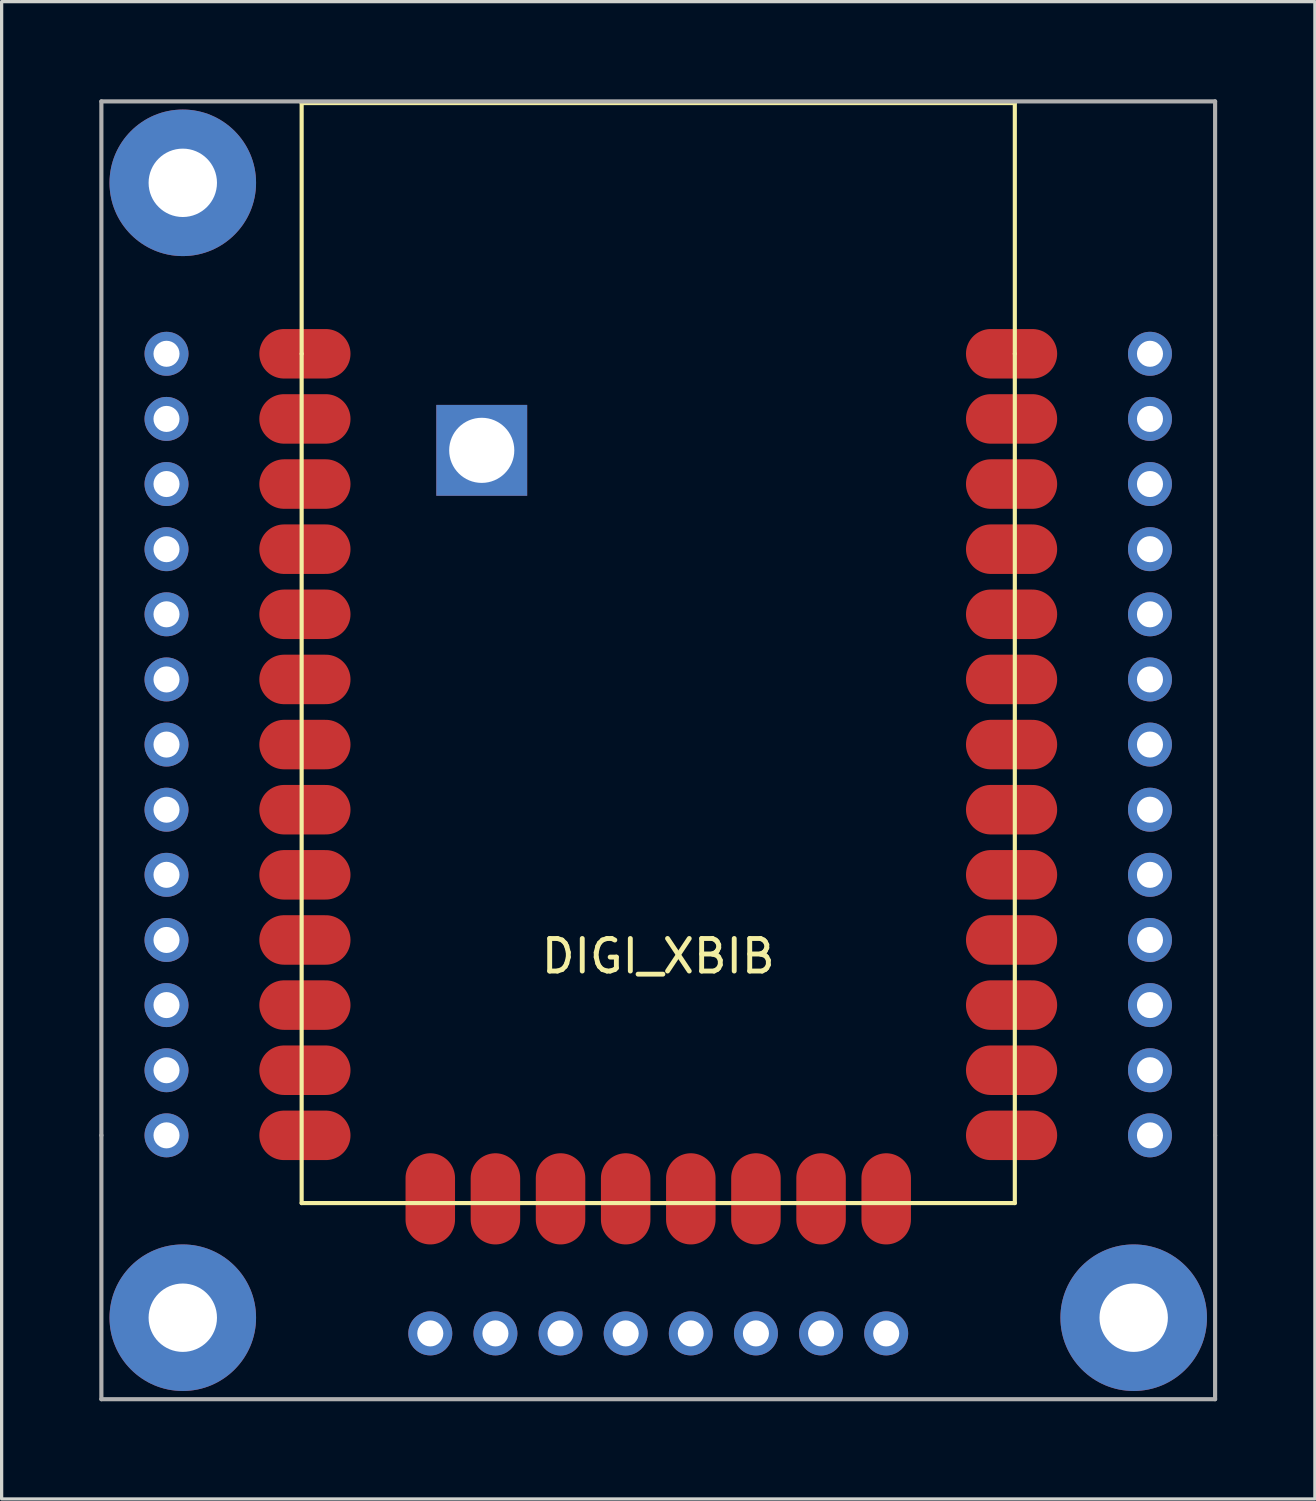
<source format=kicad_pcb>
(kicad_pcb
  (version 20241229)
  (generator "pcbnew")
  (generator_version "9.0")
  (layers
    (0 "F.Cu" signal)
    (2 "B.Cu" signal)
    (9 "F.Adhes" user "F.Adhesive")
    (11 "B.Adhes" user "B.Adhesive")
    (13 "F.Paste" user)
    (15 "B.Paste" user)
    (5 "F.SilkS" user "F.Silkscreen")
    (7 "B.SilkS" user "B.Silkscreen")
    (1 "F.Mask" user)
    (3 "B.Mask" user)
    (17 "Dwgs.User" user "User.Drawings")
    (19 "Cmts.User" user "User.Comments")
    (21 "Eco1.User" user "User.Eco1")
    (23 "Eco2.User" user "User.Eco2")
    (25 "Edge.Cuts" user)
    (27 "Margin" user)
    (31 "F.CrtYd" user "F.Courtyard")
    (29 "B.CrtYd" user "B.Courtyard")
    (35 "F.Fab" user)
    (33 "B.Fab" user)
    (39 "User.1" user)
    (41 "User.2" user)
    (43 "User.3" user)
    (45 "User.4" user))
  (footprint "DIGI_XBIB"
    (layer "F.Cu")
    (at 17.163 31.814)
    (property "Reference" "DIGI_XBIB" (at 0 -5.5 0) (layer "F.SilkS") (effects (font (size 1 1) (thickness 0.15))))
    (attr through_hole)
    (fp_line (start -10.95 -31.7) (end 10.95 -31.7) (stroke (width 0.127) (type solid)) (layer "F.SilkS"))
    (fp_line (start -10.95 -24) (end -10.95 -31.7) (stroke (width 0.127) (type solid)) (layer "F.SilkS"))
    (fp_line (start -10.95 -24) (end -10.95 2.08) (stroke (width 0.127) (type solid)) (layer "F.SilkS"))
    (fp_line (start -10.95 2.08) (end 10.95 2.08) (stroke (width 0.127) (type solid)) (layer "F.SilkS"))
    (fp_line (start 10.95 -31.7) (end 10.95 -24) (stroke (width 0.127) (type solid)) (layer "F.SilkS"))
    (fp_line (start 10.95 2.08) (end 10.95 -24) (stroke (width 0.127) (type solid)) (layer "F.SilkS"))
    (fp_line (start -17.1 -31.75) (end -17.1 0) (stroke (width 0.127) (type solid)) (layer "F.Fab"))
    (fp_line (start -17.1 8.102) (end -17.1 0) (stroke (width 0.127) (type solid)) (layer "F.Fab"))
    (fp_line (start 17.1 -31.75) (end -17.1 -31.75) (stroke (width 0.127) (type solid)) (layer "F.Fab"))
    (fp_line (start 17.1 0) (end 17.1 -31.75) (stroke (width 0.127) (type solid)) (layer "F.Fab"))
    (fp_line (start 17.1 0) (end 17.1 8.102) (stroke (width 0.127) (type solid)) (layer "F.Fab"))
    (fp_line (start 17.1 8.102) (end -17.1 8.102) (stroke (width 0.127) (type solid)) (layer "F.Fab"))
    (pad "1" thru_hole circle (at -15.1 -24) (size 1.35 1.35) (drill 0.8) (layers "*.Cu" "*.Mask"))
    (pad "1" smd oval (at -10.85 -24) (size 2.8 1.52) (layers "F.Cu" "F.Mask" "F.Paste"))
    (pad "2" thru_hole circle (at -15.1 -22) (size 1.35 1.35) (drill 0.8) (layers "*.Cu" "*.Mask"))
    (pad "2" smd oval (at -10.85 -22) (size 2.8 1.52) (layers "F.Cu" "F.Mask" "F.Paste"))
    (pad "3" thru_hole circle (at -15.1 -20) (size 1.35 1.35) (drill 0.8) (layers "*.Cu" "*.Mask"))
    (pad "3" smd oval (at -10.85 -20) (size 2.8 1.52) (layers "F.Cu" "F.Mask" "F.Paste"))
    (pad "4" thru_hole circle (at -15.1 -18) (size 1.35 1.35) (drill 0.8) (layers "*.Cu" "*.Mask"))
    (pad "4" smd oval (at -10.85 -18) (size 2.8 1.52) (layers "F.Cu" "F.Mask" "F.Paste"))
    (pad "5" thru_hole circle (at -15.1 -16) (size 1.35 1.35) (drill 0.8) (layers "*.Cu" "*.Mask"))
    (pad "5" smd oval (at -10.85 -16) (size 2.8 1.52) (layers "F.Cu" "F.Mask" "F.Paste"))
    (pad "6" thru_hole circle (at -15.1 -14) (size 1.35 1.35) (drill 0.8) (layers "*.Cu" "*.Mask"))
    (pad "6" smd oval (at -10.85 -14) (size 2.8 1.52) (layers "F.Cu" "F.Mask" "F.Paste"))
    (pad "7" thru_hole circle (at -15.1 -12) (size 1.35 1.35) (drill 0.8) (layers "*.Cu" "*.Mask"))
    (pad "7" smd oval (at -10.85 -12) (size 2.8 1.52) (layers "F.Cu" "F.Mask" "F.Paste"))
    (pad "8" thru_hole circle (at -15.1 -10) (size 1.35 1.35) (drill 0.8) (layers "*.Cu" "*.Mask"))
    (pad "8" smd oval (at -10.85 -10) (size 2.8 1.52) (layers "F.Cu" "F.Mask" "F.Paste"))
    (pad "9" thru_hole circle (at -15.1 -8) (size 1.35 1.35) (drill 0.8) (layers "*.Cu" "*.Mask"))
    (pad "9" smd oval (at -10.85 -8) (size 2.8 1.52) (layers "F.Cu" "F.Mask" "F.Paste"))
    (pad "10" thru_hole circle (at -15.1 -6) (size 1.35 1.35) (drill 0.8) (layers "*.Cu" "*.Mask"))
    (pad "10" smd oval (at -10.85 -6) (size 2.8 1.52) (layers "F.Cu" "F.Mask" "F.Paste"))
    (pad "11" thru_hole circle (at -15.1 -4) (size 1.35 1.35) (drill 0.8) (layers "*.Cu" "*.Mask"))
    (pad "11" smd oval (at -10.85 -4) (size 2.8 1.52) (layers "F.Cu" "F.Mask" "F.Paste"))
    (pad "12" thru_hole circle (at -15.1 -2) (size 1.35 1.35) (drill 0.8) (layers "*.Cu" "*.Mask"))
    (pad "12" smd oval (at -10.85 -2) (size 2.8 1.52) (layers "F.Cu" "F.Mask" "F.Paste"))
    (pad "13" thru_hole circle (at -15.1 0) (size 1.35 1.35) (drill 0.8) (layers "*.Cu" "*.Mask"))
    (pad "13" smd oval (at -10.85 0) (size 2.8 1.52) (layers "F.Cu" "F.Mask" "F.Paste"))
    (pad "14" smd oval (at -7 1.95) (size 1.52 2.8) (layers "F.Cu" "F.Mask" "F.Paste"))
    (pad "14" thru_hole circle (at -7 6.082) (size 1.35 1.35) (drill 0.8) (layers "*.Cu" "*.Mask"))
    (pad "15" smd oval (at -5 1.95) (size 1.52 2.8) (layers "F.Cu" "F.Mask" "F.Paste"))
    (pad "15" thru_hole circle (at -5 6.082) (size 1.35 1.35) (drill 0.8) (layers "*.Cu" "*.Mask"))
    (pad "16" smd oval (at -3 1.95) (size 1.52 2.8) (layers "F.Cu" "F.Mask" "F.Paste"))
    (pad "16" thru_hole circle (at -3 6.082) (size 1.35 1.35) (drill 0.8) (layers "*.Cu" "*.Mask"))
    (pad "17" smd oval (at -1 1.95) (size 1.52 2.8) (layers "F.Cu" "F.Mask" "F.Paste"))
    (pad "17" thru_hole circle (at -1 6.082) (size 1.35 1.35) (drill 0.8) (layers "*.Cu" "*.Mask"))
    (pad "18" smd oval (at 1 1.95) (size 1.52 2.8) (layers "F.Cu" "F.Mask" "F.Paste"))
    (pad "18" thru_hole circle (at 1 6.082) (size 1.35 1.35) (drill 0.8) (layers "*.Cu" "*.Mask"))
    (pad "19" smd oval (at 3 1.95) (size 1.52 2.8) (layers "F.Cu" "F.Mask" "F.Paste"))
    (pad "19" thru_hole circle (at 3 6.082) (size 1.35 1.35) (drill 0.8) (layers "*.Cu" "*.Mask"))
    (pad "20" smd oval (at 5 1.95) (size 1.52 2.8) (layers "F.Cu" "F.Mask" "F.Paste"))
    (pad "20" thru_hole circle (at 5 6.082) (size 1.35 1.35) (drill 0.8) (layers "*.Cu" "*.Mask"))
    (pad "21" smd oval (at 7 1.95) (size 1.52 2.8) (layers "F.Cu" "F.Mask" "F.Paste"))
    (pad "21" thru_hole circle (at 7 6.082) (size 1.35 1.35) (drill 0.8) (layers "*.Cu" "*.Mask"))
    (pad "22" smd oval (at 10.85 0) (size 2.8 1.52) (layers "F.Cu" "F.Mask" "F.Paste"))
    (pad "22" thru_hole circle (at 15.1 0) (size 1.35 1.35) (drill 0.8) (layers "*.Cu" "*.Mask"))
    (pad "23" smd oval (at 10.85 -2) (size 2.8 1.52) (layers "F.Cu" "F.Mask" "F.Paste"))
    (pad "23" thru_hole circle (at 15.1 -2) (size 1.35 1.35) (drill 0.8) (layers "*.Cu" "*.Mask"))
    (pad "24" smd oval (at 10.85 -4) (size 2.8 1.52) (layers "F.Cu" "F.Mask" "F.Paste"))
    (pad "24" thru_hole circle (at 15.1 -4) (size 1.35 1.35) (drill 0.8) (layers "*.Cu" "*.Mask"))
    (pad "25" smd oval (at 10.85 -6) (size 2.8 1.52) (layers "F.Cu" "F.Mask" "F.Paste"))
    (pad "25" thru_hole circle (at 15.1 -6) (size 1.35 1.35) (drill 0.8) (layers "*.Cu" "*.Mask"))
    (pad "26" smd oval (at 10.85 -8) (size 2.8 1.52) (layers "F.Cu" "F.Mask" "F.Paste"))
    (pad "26" thru_hole circle (at 15.1 -8) (size 1.35 1.35) (drill 0.8) (layers "*.Cu" "*.Mask"))
    (pad "27" smd oval (at 10.85 -10) (size 2.8 1.52) (layers "F.Cu" "F.Mask" "F.Paste"))
    (pad "27" thru_hole circle (at 15.1 -10) (size 1.35 1.35) (drill 0.8) (layers "*.Cu" "*.Mask"))
    (pad "28" smd oval (at 10.85 -12) (size 2.8 1.52) (layers "F.Cu" "F.Mask" "F.Paste"))
    (pad "28" thru_hole circle (at 15.1 -12) (size 1.35 1.35) (drill 0.8) (layers "*.Cu" "*.Mask"))
    (pad "29" smd oval (at 10.85 -14) (size 2.8 1.52) (layers "F.Cu" "F.Mask" "F.Paste"))
    (pad "29" thru_hole circle (at 15.1 -14) (size 1.35 1.35) (drill 0.8) (layers "*.Cu" "*.Mask"))
    (pad "30" smd oval (at 10.85 -16) (size 2.8 1.52) (layers "F.Cu" "F.Mask" "F.Paste"))
    (pad "30" thru_hole circle (at 15.1 -16) (size 1.35 1.35) (drill 0.8) (layers "*.Cu" "*.Mask"))
    (pad "31" smd oval (at 10.85 -18) (size 2.8 1.52) (layers "F.Cu" "F.Mask" "F.Paste"))
    (pad "31" thru_hole circle (at 15.1 -18) (size 1.35 1.35) (drill 0.8) (layers "*.Cu" "*.Mask"))
    (pad "32" smd oval (at 10.85 -20) (size 2.8 1.52) (layers "F.Cu" "F.Mask" "F.Paste"))
    (pad "32" thru_hole circle (at 15.1 -20) (size 1.35 1.35) (drill 0.8) (layers "*.Cu" "*.Mask"))
    (pad "33" smd oval (at 10.85 -22) (size 2.8 1.52) (layers "F.Cu" "F.Mask" "F.Paste"))
    (pad "33" thru_hole circle (at 15.1 -22) (size 1.35 1.35) (drill 0.8) (layers "*.Cu" "*.Mask"))
    (pad "34" smd oval (at 10.85 -24) (size 2.8 1.52) (layers "F.Cu" "F.Mask" "F.Paste"))
    (pad "34" thru_hole circle (at 15.1 -24) (size 1.35 1.35) (drill 0.8) (layers "*.Cu" "*.Mask"))
    (pad "M" thru_hole circle (at -14.6 -29.25) (size 4.5 4.5) (drill 2.1) (layers "*.Cu" "*.Mask"))
    (pad "M" thru_hole circle (at -14.6 5.6) (size 4.5 4.5) (drill 2.1) (layers "*.Cu" "*.Mask"))
    (pad "M" thru_hole rect (at -5.42 -21.035) (size 2.79 2.79) (drill 2) (layers "*.Cu" "*.Mask"))
    (pad "M" thru_hole circle (at 14.6 5.6) (size 4.5 4.5) (drill 2.1) (layers "*.Cu" "*.Mask")))
  (gr_rect
    (start -3 -3)
    (end 37.327 42.979)
    (stroke (width 0.1) (type default))
    (fill no)
    (layer "Edge.Cuts")))
</source>
